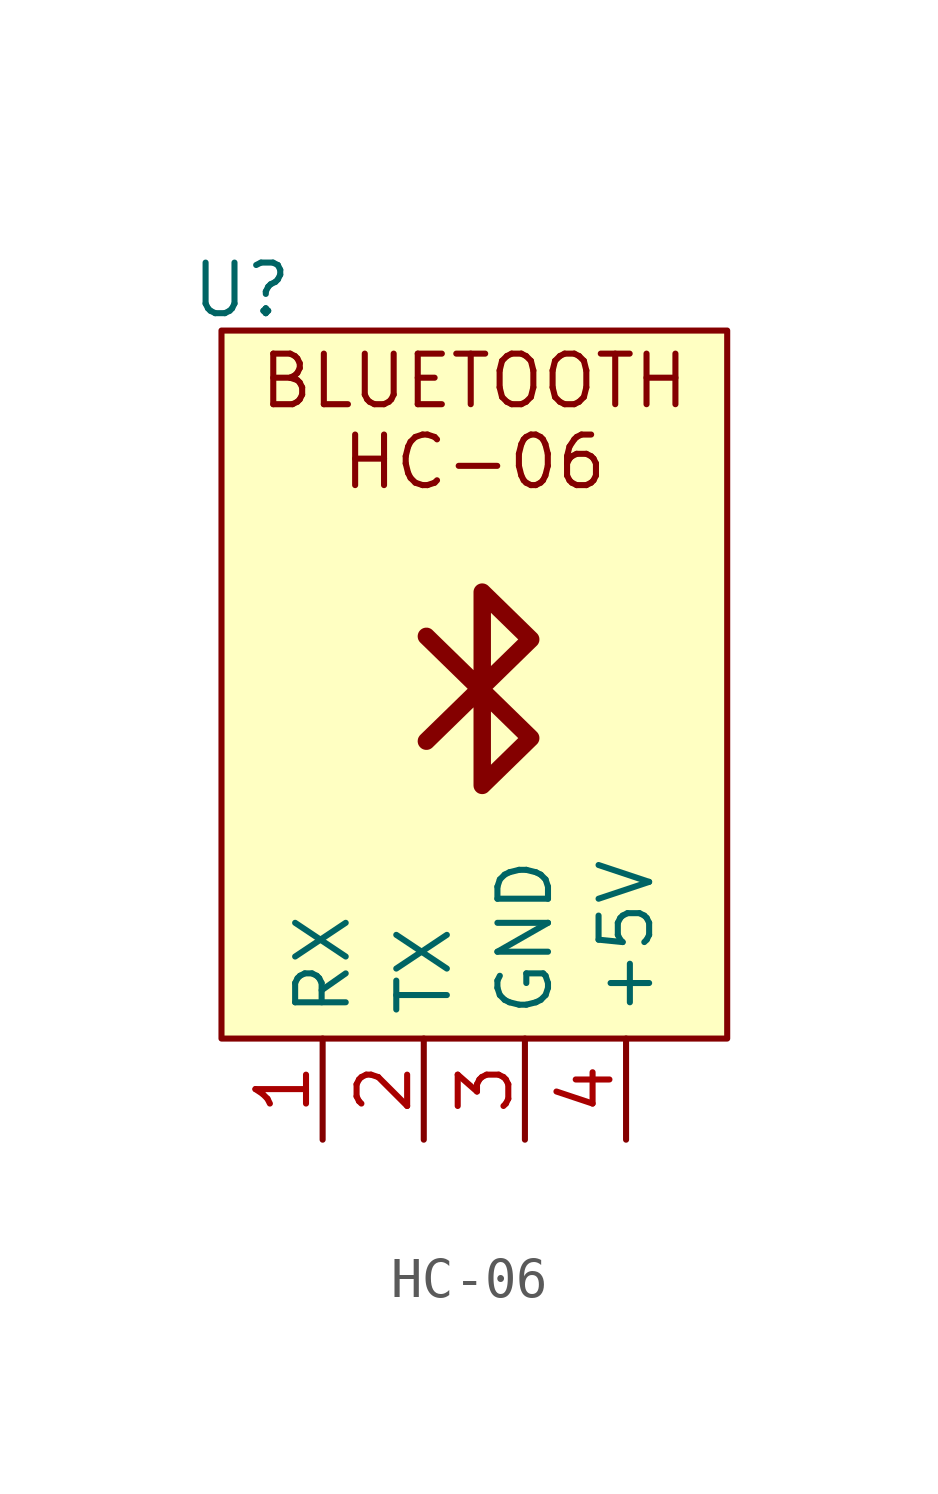
<source format=kicad_sym>
(kicad_symbol_lib
  (version 20231120)
  (generator "kicad_symbol_editor")
  (generator_version "8.0")
  (symbol "HC-06"
    (property "Reference" "U"
      (at -5.842 18.796 0)
      (effects (font (size 1.27 1.27))))
    (property "Value" ""
      (at -1.27 -2.54 0)
      (effects (font (size 1.27 1.27))))
    (symbol "HC-06_1_0"
      (polyline (pts (xy 0.207 11.43) (xy 0.223 11.428) (xy 0.239 11.426) (xy 0.254 11.423) (xy 0.269 11.418) (xy 0.284 11.412) (xy 0.299 11.405) (xy 0.312 11.398) (xy 0.326 11.389) (xy 0.339 11.379) (xy 0.351 11.368) (xy 1.568 10.18) (xy 1.576 10.172) (xy 1.583 10.164) (xy 1.59 10.155) (xy 1.597 10.146) (xy 1.602 10.137) (xy 1.608 10.128) (xy 1.613 10.118) (xy 1.617 10.108) (xy 1.621 10.098) (xy 1.625 10.088) (xy 1.628 10.078) (xy 1.63 10.067) (xy 1.632 10.056) (xy 1.633 10.045) (xy 1.634 10.034) (xy 1.634 10.023) (xy 1.634 10.012) (xy 1.633 10.001) (xy 1.632 9.99) (xy 1.63 9.98) (xy 1.628 9.969) (xy 1.625 9.959) (xy 1.621 9.948) (xy 1.617 9.938) (xy 1.613 9.928) (xy 1.608 9.919) (xy 1.602 9.909) (xy 1.597 9.9) (xy 1.59 9.891) (xy 1.583 9.883) (xy 1.576 9.874) (xy 1.568 9.867) (xy 0.459 8.784) (xy 1.568 7.702) (xy 1.576 7.694) (xy 1.583 7.686) (xy 1.59 7.677) (xy 1.597 7.668) (xy 1.602 7.659) (xy 1.608 7.65) (xy 1.613 7.64) (xy 1.617 7.63) (xy 1.621 7.62) (xy 1.625 7.61) (xy 1.628 7.599) (xy 1.63 7.589) (xy 1.632 7.578) (xy 1.633 7.567) (xy 1.634 7.556) (xy 1.634 7.545) (xy 1.634 7.534) (xy 1.633 7.523) (xy 1.632 7.512) (xy 1.63 7.502) (xy 1.628 7.491) (xy 1.625 7.48) (xy 1.621 7.47) (xy 1.617 7.46) (xy 1.613 7.45) (xy 1.608 7.441) (xy 1.602 7.431) (xy 1.597 7.422) (xy 1.59 7.413) (xy 1.583 7.404) (xy 1.576 7.396) (xy 1.568 7.388) (xy 0.351 6.201) (xy 0.343 6.193) (xy 0.335 6.186) (xy 0.326 6.18) (xy 0.317 6.174) (xy 0.308 6.168) (xy 0.299 6.163) (xy 0.289 6.158) (xy 0.28 6.154) (xy 0.27 6.151) (xy 0.26 6.147) (xy 0.25 6.145) (xy 0.24 6.142) (xy 0.229 6.141) (xy 0.219 6.139) (xy 0.208 6.139) (xy 0.198 6.138) (xy 0.193 6.138) (xy 0.187 6.139) (xy 0.182 6.139) (xy 0.176 6.139) (xy 0.171 6.14) (xy 0.166 6.141) (xy 0.16 6.142) (xy 0.155 6.143) (xy 0.15 6.144) (xy 0.144 6.145) (xy 0.139 6.146) (xy 0.134 6.148) (xy 0.129 6.15) (xy 0.123 6.151) (xy 0.118 6.153) (xy 0.113 6.155) (xy 0.098 6.162) (xy 0.084 6.17) (xy 0.07 6.179) (xy 0.058 6.189) (xy 0.046 6.2) (xy 0.035 6.211) (xy 0.025 6.223) (xy 0.016 6.236) (xy 0.007 6.25) (xy 0 6.264) (xy -0.006 6.278) (xy -0.011 6.293) (xy -0.016 6.309) (xy -0.018 6.325) (xy -0.02 6.341) (xy -0.021 6.357) (xy -0.021 8.213) (xy 0.417 8.213) (xy 0.417 6.877) (xy 1.102 7.545) (xy 0.417 8.213) (xy -0.021 8.213) (xy -0.021 8.316) (xy -1.051 7.311) (xy -1.059 7.303) (xy -1.068 7.296) (xy -1.077 7.29) (xy -1.085 7.284) (xy -1.095 7.278) (xy -1.104 7.273) (xy -1.114 7.268) (xy -1.124 7.264) (xy -1.134 7.26) (xy -1.144 7.257) (xy -1.154 7.255) (xy -1.165 7.252) (xy -1.175 7.251) (xy -1.185 7.25) (xy -1.196 7.249) (xy -1.206 7.249) (xy -1.217 7.249) (xy -1.227 7.25) (xy -1.238 7.252) (xy -1.248 7.253) (xy -1.258 7.256) (xy -1.269 7.259) (xy -1.279 7.262) (xy -1.289 7.266) (xy -1.298 7.27) (xy -1.308 7.275) (xy -1.317 7.28) (xy -1.327 7.286) (xy -1.335 7.293) (xy -1.344 7.3) (xy -1.352 7.307) (xy -1.361 7.315) (xy -1.368 7.323) (xy -1.375 7.332) (xy -1.382 7.34) (xy -1.388 7.35) (xy -1.394 7.359) (xy -1.399 7.368) (xy -1.404 7.378) (xy -1.408 7.388) (xy -1.411 7.398) (xy -1.415 7.408) (xy -1.417 7.418) (xy -1.419 7.429) (xy -1.421 7.439) (xy -1.422 7.449) (xy -1.423 7.46) (xy -1.423 7.471) (xy -1.422 7.481) (xy -1.421 7.492) (xy -1.42 7.502) (xy -1.418 7.512) (xy -1.416 7.523) (xy -1.413 7.533) (xy -1.41 7.543) (xy -1.406 7.553) (xy -1.401 7.562) (xy -1.396 7.572) (xy -1.391 7.581) (xy -1.385 7.59) (xy -1.379 7.599) (xy -1.372 7.608) (xy -1.365 7.617) (xy -1.357 7.625) (xy -0.168 8.784) (xy -1.357 9.944) (xy -1.365 9.952) (xy -1.372 9.96) (xy -1.379 9.969) (xy -1.385 9.978) (xy -1.391 9.987) (xy -1.396 9.996) (xy -1.401 10.006) (xy -1.406 10.016) (xy -1.41 10.025) (xy -1.413 10.036) (xy -1.416 10.046) (xy -1.418 10.056) (xy -1.42 10.066) (xy -1.421 10.077) (xy -1.422 10.087) (xy -1.423 10.098) (xy -1.423 10.108) (xy -1.422 10.119) (xy -1.421 10.129) (xy -1.419 10.14) (xy -1.417 10.15) (xy -1.415 10.16) (xy -1.411 10.17) (xy -1.408 10.18) (xy -1.404 10.19) (xy -1.399 10.2) (xy -1.394 10.209) (xy -1.388 10.219) (xy -1.382 10.228) (xy -1.375 10.237) (xy -1.368 10.245) (xy -1.361 10.253) (xy -1.352 10.261) (xy -1.344 10.269) (xy -1.335 10.275) (xy -1.327 10.282) (xy -1.317 10.288) (xy -1.308 10.293) (xy -1.298 10.298) (xy -1.289 10.302) (xy -1.279 10.306) (xy -1.269 10.31) (xy -1.258 10.312) (xy -1.248 10.315) (xy -1.238 10.317) (xy -1.227 10.318) (xy -1.217 10.319) (xy -1.206 10.319) (xy -1.196 10.319) (xy -1.185 10.319) (xy -1.175 10.318) (xy -1.165 10.316) (xy -1.154 10.314) (xy -1.144 10.311) (xy -1.134 10.308) (xy -1.124 10.304) (xy -1.114 10.3) (xy -1.104 10.296) (xy -1.095 10.29) (xy -1.086 10.285) (xy -1.077 10.279) (xy -1.068 10.272) (xy -1.059 10.265) (xy -1.051 10.257) (xy -0.021 9.252) (xy -0.021 10.691) (xy 0.417 10.691) (xy 0.417 9.355) (xy 1.102 10.023) (xy 0.417 10.691) (xy -0.021 10.691) (xy -0.021 11.211) (xy -0.021 11.219) (xy -0.02 11.227) (xy -0.02 11.236) (xy -0.018 11.244) (xy -0.017 11.252) (xy -0.016 11.259) (xy -0.014 11.267) (xy -0.011 11.275) (xy -0.009 11.283) (xy -0.006 11.29) (xy -0.003 11.297) (xy 0 11.305) (xy 0.004 11.312) (xy 0.007 11.319) (xy 0.011 11.325) (xy 0.016 11.332) (xy 0.02 11.339) (xy 0.025 11.345) (xy 0.03 11.351) (xy 0.035 11.357) (xy 0.04 11.363) (xy 0.046 11.369) (xy 0.052 11.374) (xy 0.058 11.379) (xy 0.064 11.384) (xy 0.07 11.389) (xy 0.077 11.394) (xy 0.084 11.398) (xy 0.091 11.402) (xy 0.098 11.406) (xy 0.105 11.409) (xy 0.113 11.413) (xy 0.128 11.419) (xy 0.144 11.423) (xy 0.16 11.427) (xy 0.175 11.429) (xy 0.191 11.43) (xy 0.207 11.43)) (stroke (width -0.0001) (type solid)) (fill (type outline))))
    (symbol "HC-06_1_1"
      (rectangle (start -6.35 17.78) (end 6.35 0) (stroke (width 0) (type default)) (fill (type background)))
      (text "BLUETOOTH\n" (at 0 16.51 0) (effects (font (size 1.27 1.27))))
      (text "HC-06" (at 0 14.478 0) (effects (font (size 1.27 1.27))))
      (pin input line (at -3.81 -2.54 90) (length 2.54) (name "RX" (effects (font (size 1.27 1.27)))) (number "1" (effects (font (size 1.27 1.27)))))
      (pin input line (at -1.27 -2.54 90) (length 2.54) (name "TX" (effects (font (size 1.27 1.27)))) (number "2" (effects (font (size 1.27 1.27)))))
      (pin input line (at 1.27 -2.54 90) (length 2.54) (name "GND" (effects (font (size 1.27 1.27)))) (number "3" (effects (font (size 1.27 1.27)))))
      (pin input line (at 3.81 -2.54 90) (length 2.54) (name "+5V" (effects (font (size 1.27 1.27)))) (number "4" (effects (font (size 1.27 1.27))))))))
</source>
